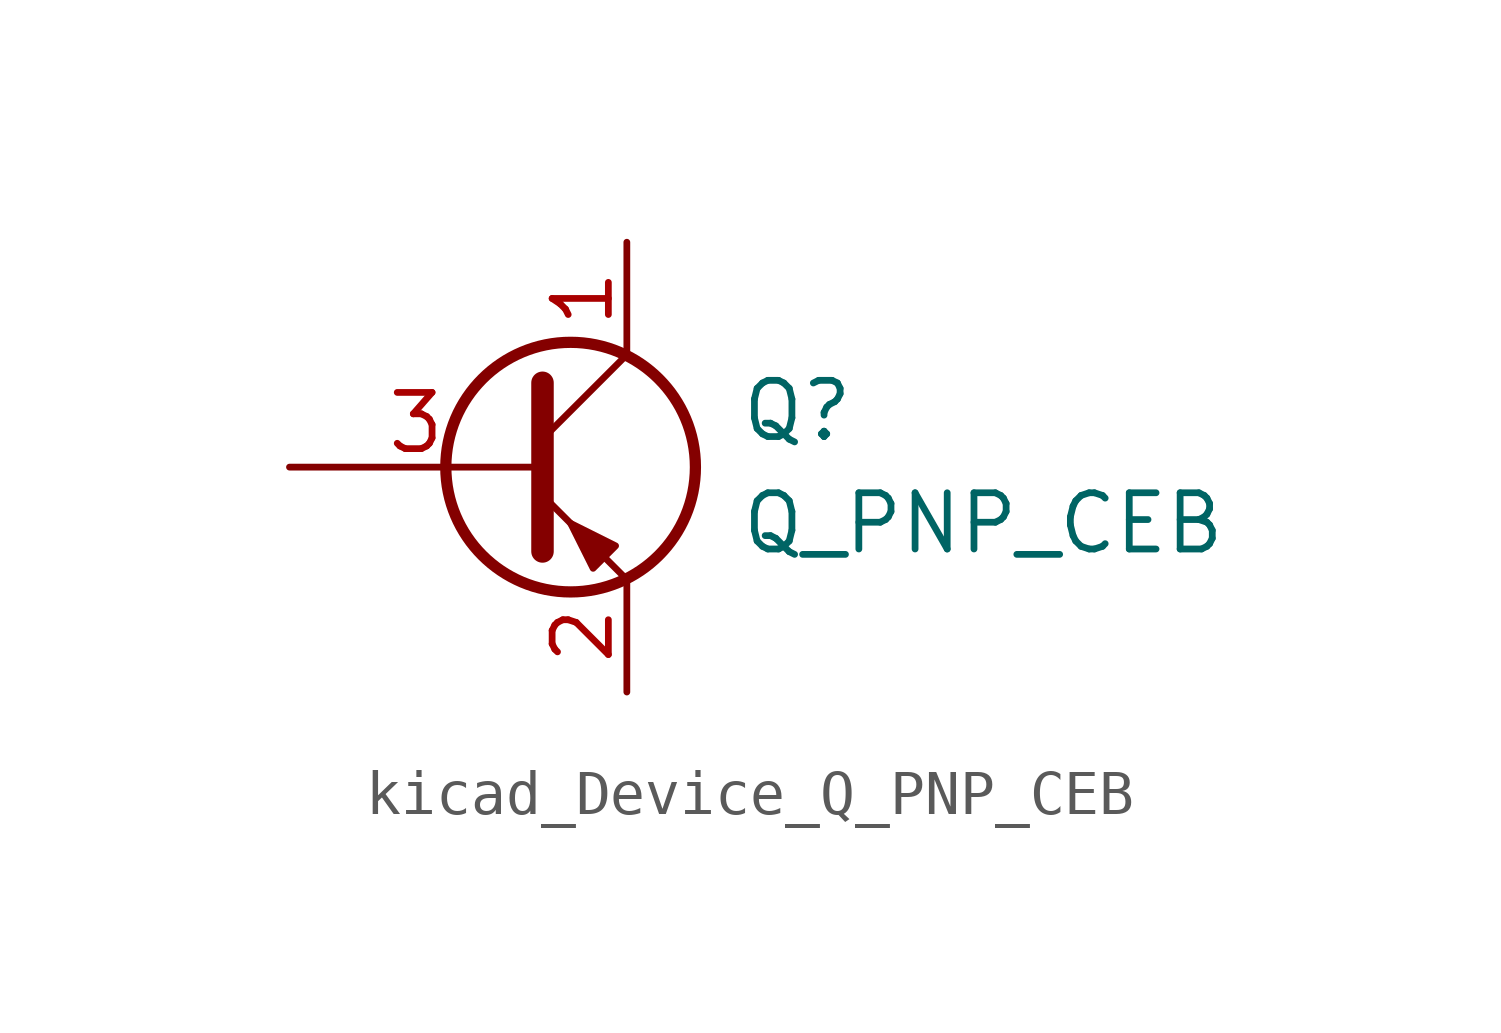
<source format=kicad_sym>
(kicad_symbol_lib
  (version 20220914)
  (generator kicad_symbol_editor)
  (symbol "kicad_Device_Q_PNP_CEB"
    (pin_names
      (offset 0) hide)
    (property "Reference" "Q"
      (at 5.08 1.27 0)
      (effects (font (size 1.27 1.27)) (justify left)))
    (property "Value" "Q_PNP_CEB"
      (at 5.08 -1.27 0)
      (effects (font (size 1.27 1.27)) (justify left)))
    (symbol "kicad_Device_Q_PNP_CEB_0_1"
      (polyline (pts (xy 0.635 0.635) (xy 2.54 2.54)) (stroke (width 0) (type default)) (fill (type none)))
      (polyline (pts (xy 0.635 -0.635) (xy 2.54 -2.54) (xy 2.54 -2.54)) (stroke (width 0) (type default)) (fill (type none)))
      (polyline (pts (xy 0.635 1.905) (xy 0.635 -1.905) (xy 0.635 -1.905)) (stroke (width 0.508) (type default)) (fill (type none)))
      (polyline (pts (xy 2.286 -1.778) (xy 1.778 -2.286) (xy 1.27 -1.27) (xy 2.286 -1.778) (xy 2.286 -1.778)) (stroke (width 0) (type default)) (fill (type outline)))
      (circle (center 1.27 0) (radius 2.819) (stroke (width 0.254) (type default)) (fill (type none))))
    (symbol "kicad_Device_Q_PNP_CEB_1_1"
      (pin passive line (at 2.54 5.08 270) (length 2.54) (name "C" (effects (font (size 1.27 1.27)))) (number "1" (effects (font (size 1.27 1.27)))))
      (pin passive line (at 2.54 -5.08 90) (length 2.54) (name "E" (effects (font (size 1.27 1.27)))) (number "2" (effects (font (size 1.27 1.27)))))
      (pin input line (at -5.08 0 0) (length 5.715) (name "B" (effects (font (size 1.27 1.27)))) (number "3" (effects (font (size 1.27 1.27))))))))
</source>
